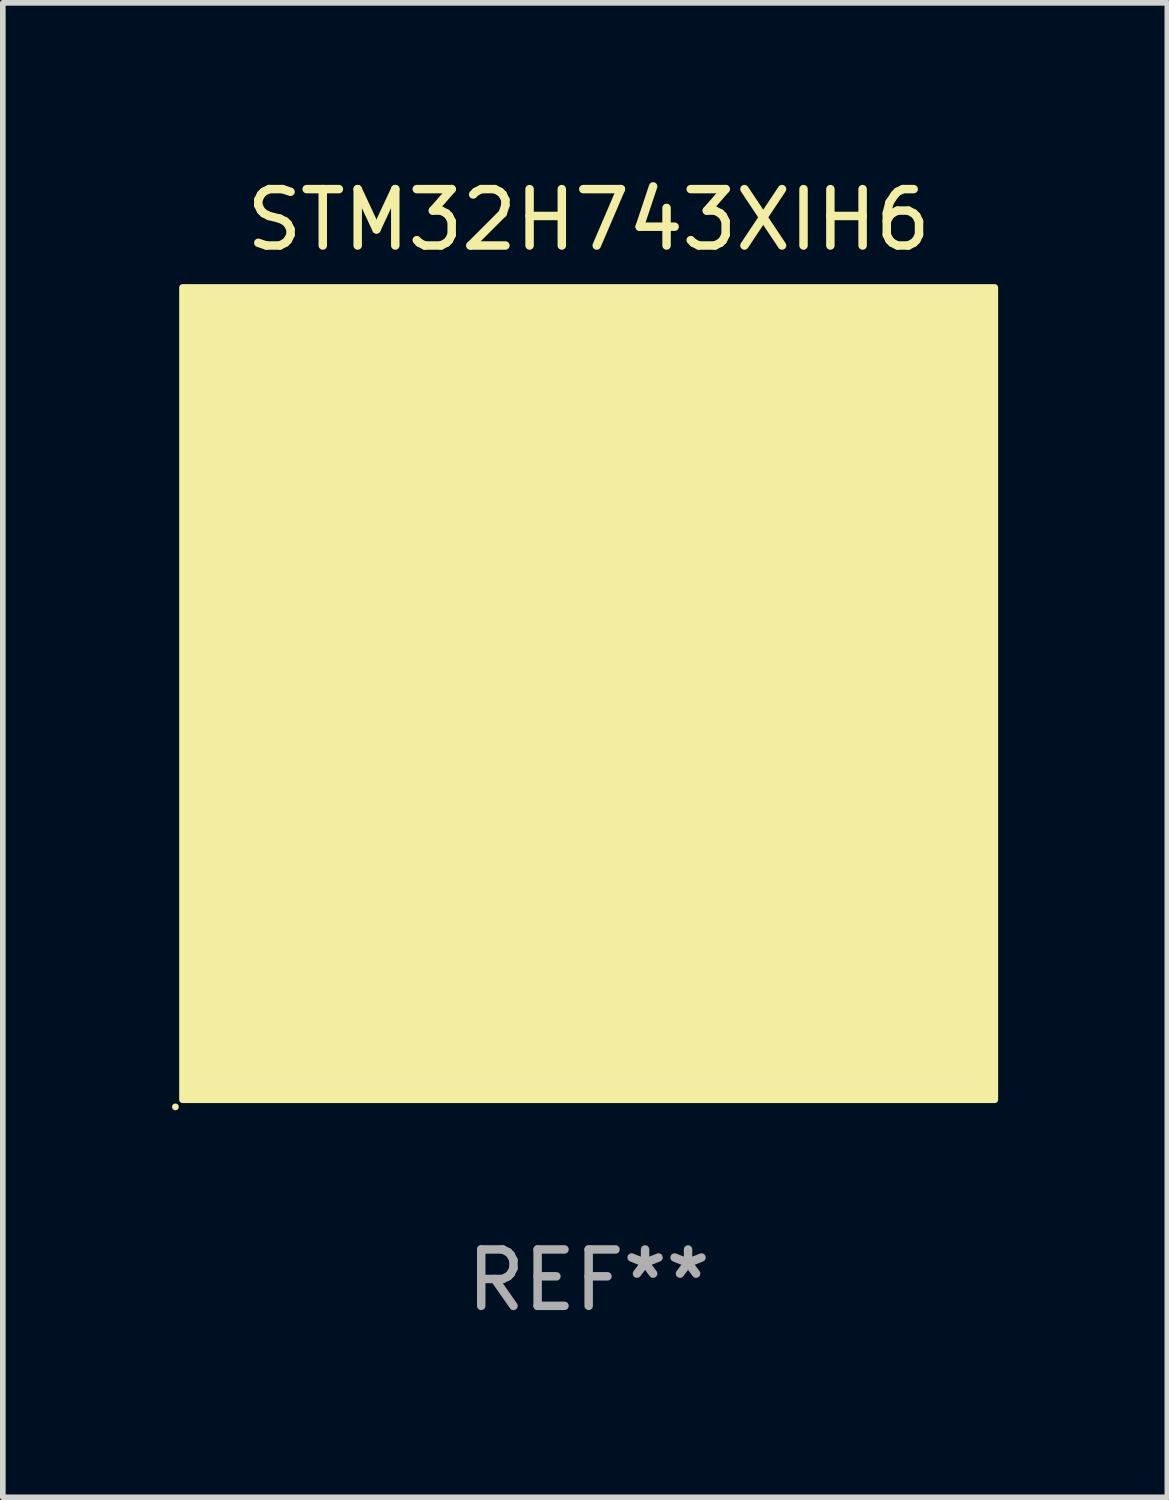
<source format=kicad_pcb>
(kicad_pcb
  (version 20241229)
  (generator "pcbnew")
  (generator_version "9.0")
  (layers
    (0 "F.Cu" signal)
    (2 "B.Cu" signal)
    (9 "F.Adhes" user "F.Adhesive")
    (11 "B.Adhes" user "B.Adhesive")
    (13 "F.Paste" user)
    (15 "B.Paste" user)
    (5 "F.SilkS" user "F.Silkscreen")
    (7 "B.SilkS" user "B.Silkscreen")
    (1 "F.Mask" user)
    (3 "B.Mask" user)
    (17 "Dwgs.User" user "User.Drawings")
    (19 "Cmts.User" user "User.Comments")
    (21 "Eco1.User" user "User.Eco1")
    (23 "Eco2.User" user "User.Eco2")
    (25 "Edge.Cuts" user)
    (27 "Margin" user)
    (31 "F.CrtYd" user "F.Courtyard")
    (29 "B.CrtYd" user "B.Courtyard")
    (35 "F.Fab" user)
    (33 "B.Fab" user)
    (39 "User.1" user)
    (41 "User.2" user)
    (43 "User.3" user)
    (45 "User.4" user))
  (footprint "STM32H743XIH6"
    (layer "F.Cu")
    (at 7.387 9.248)
    (property "Reference" "STM32H743XIH6" (at 0 -8.4 0) (layer "F.SilkS") (effects (font (size 1 1) (thickness 0.15))))
    (attr through_hole)
    (fp_circle (center -7.327 7.327) (end -7.297 7.327) (stroke (width 0.06) (type solid)) (fill no) (layer "F.SilkS"))
    (fp_circle (center -6.858 -6.858) (end -6.678 -6.858) (stroke (width 0.254) (type solid)) (fill no) (layer "F.SilkS"))
    (fp_poly (pts (xy -7.2 -7.2) (xy 7.2 -7.2) (xy 7.2 7.2) (xy -7.2 7.2)) (stroke (width 0.12) (type solid)) (fill yes) (layer "F.SilkS"))
    (fp_text user "REF**" (at 0 10.4 0) (layer "F.Fab") (effects (font (size 1 1) (thickness 0.15))))
    (pad "A1" smd circle (at -6.4 -6.4) (size 0.325 0.325) (layers "F.Cu" "F.Mask" "F.Paste"))
    (pad "A2" smd circle (at -5.6 -6.4) (size 0.325 0.325) (layers "F.Cu" "F.Mask" "F.Paste"))
    (pad "A3" smd circle (at -4.8 -6.4) (size 0.325 0.325) (layers "F.Cu" "F.Mask" "F.Paste"))
    (pad "A4" smd circle (at -4 -6.4) (size 0.325 0.325) (layers "F.Cu" "F.Mask" "F.Paste"))
    (pad "A5" smd circle (at -3.2 -6.4) (size 0.325 0.325) (layers "F.Cu" "F.Mask" "F.Paste"))
    (pad "A6" smd circle (at -2.4 -6.4) (size 0.325 0.325) (layers "F.Cu" "F.Mask" "F.Paste"))
    (pad "A7" smd circle (at -1.6 -6.4) (size 0.325 0.325) (layers "F.Cu" "F.Mask" "F.Paste"))
    (pad "A8" smd circle (at -0.8 -6.4) (size 0.325 0.325) (layers "F.Cu" "F.Mask" "F.Paste"))
    (pad "A9" smd circle (at 0 -6.4) (size 0.325 0.325) (layers "F.Cu" "F.Mask" "F.Paste"))
    (pad "A10" smd circle (at 0.8 -6.4) (size 0.325 0.325) (layers "F.Cu" "F.Mask" "F.Paste"))
    (pad "A11" smd circle (at 1.6 -6.4) (size 0.325 0.325) (layers "F.Cu" "F.Mask" "F.Paste"))
    (pad "A12" smd circle (at 2.4 -6.4) (size 0.325 0.325) (layers "F.Cu" "F.Mask" "F.Paste"))
    (pad "A13" smd circle (at 3.2 -6.4) (size 0.325 0.325) (layers "F.Cu" "F.Mask" "F.Paste"))
    (pad "A14" smd circle (at 4 -6.4) (size 0.325 0.325) (layers "F.Cu" "F.Mask" "F.Paste"))
    (pad "A15" smd circle (at 4.8 -6.4) (size 0.325 0.325) (layers "F.Cu" "F.Mask" "F.Paste"))
    (pad "A16" smd circle (at 5.6 -6.4) (size 0.325 0.325) (layers "F.Cu" "F.Mask" "F.Paste"))
    (pad "A17" smd circle (at 6.4 -6.4) (size 0.325 0.325) (layers "F.Cu" "F.Mask" "F.Paste"))
    (pad "B1" smd circle (at -6.4 -5.6) (size 0.325 0.325) (layers "F.Cu" "F.Mask" "F.Paste"))
    (pad "B2" smd circle (at -5.6 -5.6) (size 0.325 0.325) (layers "F.Cu" "F.Mask" "F.Paste"))
    (pad "B3" smd circle (at -4.8 -5.6) (size 0.325 0.325) (layers "F.Cu" "F.Mask" "F.Paste"))
    (pad "B4" smd circle (at -4 -5.6) (size 0.325 0.325) (layers "F.Cu" "F.Mask" "F.Paste"))
    (pad "B5" smd circle (at -3.2 -5.6) (size 0.325 0.325) (layers "F.Cu" "F.Mask" "F.Paste"))
    (pad "B6" smd circle (at -2.4 -5.6) (size 0.325 0.325) (layers "F.Cu" "F.Mask" "F.Paste"))
    (pad "B7" smd circle (at -1.6 -5.6) (size 0.325 0.325) (layers "F.Cu" "F.Mask" "F.Paste"))
    (pad "B8" smd circle (at -0.8 -5.6) (size 0.325 0.325) (layers "F.Cu" "F.Mask" "F.Paste"))
    (pad "B9" smd circle (at 0 -5.6) (size 0.325 0.325) (layers "F.Cu" "F.Mask" "F.Paste"))
    (pad "B10" smd circle (at 0.8 -5.6) (size 0.325 0.325) (layers "F.Cu" "F.Mask" "F.Paste"))
    (pad "B11" smd circle (at 1.6 -5.6) (size 0.325 0.325) (layers "F.Cu" "F.Mask" "F.Paste"))
    (pad "B12" smd circle (at 2.4 -5.6) (size 0.325 0.325) (layers "F.Cu" "F.Mask" "F.Paste"))
    (pad "B13" smd circle (at 3.2 -5.6) (size 0.325 0.325) (layers "F.Cu" "F.Mask" "F.Paste"))
    (pad "B14" smd circle (at 4 -5.6) (size 0.325 0.325) (layers "F.Cu" "F.Mask" "F.Paste"))
    (pad "B15" smd circle (at 4.8 -5.6) (size 0.325 0.325) (layers "F.Cu" "F.Mask" "F.Paste"))
    (pad "B16" smd circle (at 5.6 -5.6) (size 0.325 0.325) (layers "F.Cu" "F.Mask" "F.Paste"))
    (pad "B17" smd circle (at 6.4 -5.6) (size 0.325 0.325) (layers "F.Cu" "F.Mask" "F.Paste"))
    (pad "C1" smd circle (at -6.4 -4.8) (size 0.325 0.325) (layers "F.Cu" "F.Mask" "F.Paste"))
    (pad "C2" smd circle (at -5.6 -4.8) (size 0.325 0.325) (layers "F.Cu" "F.Mask" "F.Paste"))
    (pad "C3" smd circle (at -4.8 -4.8) (size 0.325 0.325) (layers "F.Cu" "F.Mask" "F.Paste"))
    (pad "C4" smd circle (at -4 -4.8) (size 0.325 0.325) (layers "F.Cu" "F.Mask" "F.Paste"))
    (pad "C5" smd circle (at -3.2 -4.8) (size 0.325 0.325) (layers "F.Cu" "F.Mask" "F.Paste"))
    (pad "C6" smd circle (at -2.4 -4.8) (size 0.325 0.325) (layers "F.Cu" "F.Mask" "F.Paste"))
    (pad "C7" smd circle (at -1.6 -4.8) (size 0.325 0.325) (layers "F.Cu" "F.Mask" "F.Paste"))
    (pad "C8" smd circle (at -0.8 -4.8) (size 0.325 0.325) (layers "F.Cu" "F.Mask" "F.Paste"))
    (pad "C9" smd circle (at 0 -4.8) (size 0.325 0.325) (layers "F.Cu" "F.Mask" "F.Paste"))
    (pad "C10" smd circle (at 0.8 -4.8) (size 0.325 0.325) (layers "F.Cu" "F.Mask" "F.Paste"))
    (pad "C11" smd circle (at 1.6 -4.8) (size 0.325 0.325) (layers "F.Cu" "F.Mask" "F.Paste"))
    (pad "C12" smd circle (at 2.4 -4.8) (size 0.325 0.325) (layers "F.Cu" "F.Mask" "F.Paste"))
    (pad "C13" smd circle (at 3.2 -4.8) (size 0.325 0.325) (layers "F.Cu" "F.Mask" "F.Paste"))
    (pad "C14" smd circle (at 4 -4.8) (size 0.325 0.325) (layers "F.Cu" "F.Mask" "F.Paste"))
    (pad "C15" smd circle (at 4.8 -4.8) (size 0.325 0.325) (layers "F.Cu" "F.Mask" "F.Paste"))
    (pad "C16" smd circle (at 5.6 -4.8) (size 0.325 0.325) (layers "F.Cu" "F.Mask" "F.Paste"))
    (pad "C17" smd circle (at 6.4 -4.8) (size 0.325 0.325) (layers "F.Cu" "F.Mask" "F.Paste"))
    (pad "D1" smd circle (at -6.4 -4) (size 0.325 0.325) (layers "F.Cu" "F.Mask" "F.Paste"))
    (pad "D2" smd circle (at -5.6 -4) (size 0.325 0.325) (layers "F.Cu" "F.Mask" "F.Paste"))
    (pad "D3" smd circle (at -4.8 -4) (size 0.325 0.325) (layers "F.Cu" "F.Mask" "F.Paste"))
    (pad "D4" smd circle (at -4 -4) (size 0.325 0.325) (layers "F.Cu" "F.Mask" "F.Paste"))
    (pad "D5" smd circle (at -3.2 -4) (size 0.325 0.325) (layers "F.Cu" "F.Mask" "F.Paste"))
    (pad "D6" smd circle (at -2.4 -4) (size 0.325 0.325) (layers "F.Cu" "F.Mask" "F.Paste"))
    (pad "D7" smd circle (at -1.6 -4) (size 0.325 0.325) (layers "F.Cu" "F.Mask" "F.Paste"))
    (pad "D8" smd circle (at -0.8 -4) (size 0.325 0.325) (layers "F.Cu" "F.Mask" "F.Paste"))
    (pad "D9" smd circle (at 0 -4) (size 0.325 0.325) (layers "F.Cu" "F.Mask" "F.Paste"))
    (pad "D10" smd circle (at 0.8 -4) (size 0.325 0.325) (layers "F.Cu" "F.Mask" "F.Paste"))
    (pad "D11" smd circle (at 1.6 -4) (size 0.325 0.325) (layers "F.Cu" "F.Mask" "F.Paste"))
    (pad "D12" smd circle (at 2.4 -4) (size 0.325 0.325) (layers "F.Cu" "F.Mask" "F.Paste"))
    (pad "D13" smd circle (at 3.2 -4) (size 0.325 0.325) (layers "F.Cu" "F.Mask" "F.Paste"))
    (pad "D14" smd circle (at 4 -4) (size 0.325 0.325) (layers "F.Cu" "F.Mask" "F.Paste"))
    (pad "D15" smd circle (at 4.8 -4) (size 0.325 0.325) (layers "F.Cu" "F.Mask" "F.Paste"))
    (pad "D16" smd circle (at 5.6 -4) (size 0.325 0.325) (layers "F.Cu" "F.Mask" "F.Paste"))
    (pad "D17" smd circle (at 6.4 -4) (size 0.325 0.325) (layers "F.Cu" "F.Mask" "F.Paste"))
    (pad "E1" smd circle (at -6.4 -3.2) (size 0.325 0.325) (layers "F.Cu" "F.Mask" "F.Paste"))
    (pad "E2" smd circle (at -5.6 -3.2) (size 0.325 0.325) (layers "F.Cu" "F.Mask" "F.Paste"))
    (pad "E3" smd circle (at -4.8 -3.2) (size 0.325 0.325) (layers "F.Cu" "F.Mask" "F.Paste"))
    (pad "E4" smd circle (at -4 -3.2) (size 0.325 0.325) (layers "F.Cu" "F.Mask" "F.Paste"))
    (pad "E5" smd circle (at -3.2 -3.2) (size 0.325 0.325) (layers "F.Cu" "F.Mask" "F.Paste"))
    (pad "E6" smd circle (at -2.4 -3.2) (size 0.325 0.325) (layers "F.Cu" "F.Mask" "F.Paste"))
    (pad "E7" smd circle (at -1.6 -3.2) (size 0.325 0.325) (layers "F.Cu" "F.Mask" "F.Paste"))
    (pad "E8" smd circle (at -0.8 -3.2) (size 0.325 0.325) (layers "F.Cu" "F.Mask" "F.Paste"))
    (pad "E9" smd circle (at 0 -3.2) (size 0.325 0.325) (layers "F.Cu" "F.Mask" "F.Paste"))
    (pad "E10" smd circle (at 0.8 -3.2) (size 0.325 0.325) (layers "F.Cu" "F.Mask" "F.Paste"))
    (pad "E11" smd circle (at 1.6 -3.2) (size 0.325 0.325) (layers "F.Cu" "F.Mask" "F.Paste"))
    (pad "E12" smd circle (at 2.4 -3.2) (size 0.325 0.325) (layers "F.Cu" "F.Mask" "F.Paste"))
    (pad "E13" smd circle (at 3.2 -3.2) (size 0.325 0.325) (layers "F.Cu" "F.Mask" "F.Paste"))
    (pad "E14" smd circle (at 4 -3.2) (size 0.325 0.325) (layers "F.Cu" "F.Mask" "F.Paste"))
    (pad "E15" smd circle (at 4.8 -3.2) (size 0.325 0.325) (layers "F.Cu" "F.Mask" "F.Paste"))
    (pad "E16" smd circle (at 5.6 -3.2) (size 0.325 0.325) (layers "F.Cu" "F.Mask" "F.Paste"))
    (pad "E17" smd circle (at 6.4 -3.2) (size 0.325 0.325) (layers "F.Cu" "F.Mask" "F.Paste"))
    (pad "F1" smd circle (at -6.4 -2.4) (size 0.325 0.325) (layers "F.Cu" "F.Mask" "F.Paste"))
    (pad "F2" smd circle (at -5.6 -2.4) (size 0.325 0.325) (layers "F.Cu" "F.Mask" "F.Paste"))
    (pad "F3" smd circle (at -4.8 -2.4) (size 0.325 0.325) (layers "F.Cu" "F.Mask" "F.Paste"))
    (pad "F4" smd circle (at -4 -2.4) (size 0.325 0.325) (layers "F.Cu" "F.Mask" "F.Paste"))
    (pad "F5" smd circle (at -3.2 -2.4) (size 0.325 0.325) (layers "F.Cu" "F.Mask" "F.Paste"))
    (pad "F13" smd circle (at 3.2 -2.4) (size 0.325 0.325) (layers "F.Cu" "F.Mask" "F.Paste"))
    (pad "F14" smd circle (at 4 -2.4) (size 0.325 0.325) (layers "F.Cu" "F.Mask" "F.Paste"))
    (pad "F15" smd circle (at 4.8 -2.4) (size 0.325 0.325) (layers "F.Cu" "F.Mask" "F.Paste"))
    (pad "F16" smd circle (at 5.6 -2.4) (size 0.325 0.325) (layers "F.Cu" "F.Mask" "F.Paste"))
    (pad "F17" smd circle (at 6.4 -2.4) (size 0.325 0.325) (layers "F.Cu" "F.Mask" "F.Paste"))
    (pad "G1" smd circle (at -6.4 -1.6) (size 0.325 0.325) (layers "F.Cu" "F.Mask" "F.Paste"))
    (pad "G2" smd circle (at -5.6 -1.6) (size 0.325 0.325) (layers "F.Cu" "F.Mask" "F.Paste"))
    (pad "G3" smd circle (at -4.8 -1.6) (size 0.325 0.325) (layers "F.Cu" "F.Mask" "F.Paste"))
    (pad "G4" smd circle (at -4 -1.6) (size 0.325 0.325) (layers "F.Cu" "F.Mask" "F.Paste"))
    (pad "G5" smd circle (at -3.2 -1.6) (size 0.325 0.325) (layers "F.Cu" "F.Mask" "F.Paste"))
    (pad "G7" smd circle (at -1.6 -1.6) (size 0.325 0.325) (layers "F.Cu" "F.Mask" "F.Paste"))
    (pad "G8" smd circle (at -0.8 -1.6) (size 0.325 0.325) (layers "F.Cu" "F.Mask" "F.Paste"))
    (pad "G9" smd circle (at 0 -1.6) (size 0.325 0.325) (layers "F.Cu" "F.Mask" "F.Paste"))
    (pad "G10" smd circle (at 0.8 -1.6) (size 0.325 0.325) (layers "F.Cu" "F.Mask" "F.Paste"))
    (pad "G11" smd circle (at 1.6 -1.6) (size 0.325 0.325) (layers "F.Cu" "F.Mask" "F.Paste"))
    (pad "G13" smd circle (at 3.2 -1.6) (size 0.325 0.325) (layers "F.Cu" "F.Mask" "F.Paste"))
    (pad "G14" smd circle (at 4 -1.6) (size 0.325 0.325) (layers "F.Cu" "F.Mask" "F.Paste"))
    (pad "G15" smd circle (at 4.8 -1.6) (size 0.325 0.325) (layers "F.Cu" "F.Mask" "F.Paste"))
    (pad "G16" smd circle (at 5.6 -1.6) (size 0.325 0.325) (layers "F.Cu" "F.Mask" "F.Paste"))
    (pad "G17" smd circle (at 6.4 -1.6) (size 0.325 0.325) (layers "F.Cu" "F.Mask" "F.Paste"))
    (pad "H1" smd circle (at -6.4 -0.8) (size 0.325 0.325) (layers "F.Cu" "F.Mask" "F.Paste"))
    (pad "H2" smd circle (at -5.6 -0.8) (size 0.325 0.325) (layers "F.Cu" "F.Mask" "F.Paste"))
    (pad "H3" smd circle (at -4.8 -0.8) (size 0.325 0.325) (layers "F.Cu" "F.Mask" "F.Paste"))
    (pad "H4" smd circle (at -4 -0.8) (size 0.325 0.325) (layers "F.Cu" "F.Mask" "F.Paste"))
    (pad "H5" smd circle (at -3.2 -0.8) (size 0.325 0.325) (layers "F.Cu" "F.Mask" "F.Paste"))
    (pad "H7" smd circle (at -1.6 -0.8) (size 0.325 0.325) (layers "F.Cu" "F.Mask" "F.Paste"))
    (pad "H8" smd circle (at -0.8 -0.8) (size 0.325 0.325) (layers "F.Cu" "F.Mask" "F.Paste"))
    (pad "H9" smd circle (at 0 -0.8) (size 0.325 0.325) (layers "F.Cu" "F.Mask" "F.Paste"))
    (pad "H10" smd circle (at 0.8 -0.8) (size 0.325 0.325) (layers "F.Cu" "F.Mask" "F.Paste"))
    (pad "H11" smd circle (at 1.6 -0.8) (size 0.325 0.325) (layers "F.Cu" "F.Mask" "F.Paste"))
    (pad "H13" smd circle (at 3.2 -0.8) (size 0.325 0.325) (layers "F.Cu" "F.Mask" "F.Paste"))
    (pad "H14" smd circle (at 4 -0.8) (size 0.325 0.325) (layers "F.Cu" "F.Mask" "F.Paste"))
    (pad "H15" smd circle (at 4.8 -0.8) (size 0.325 0.325) (layers "F.Cu" "F.Mask" "F.Paste"))
    (pad "H16" smd circle (at 5.6 -0.8) (size 0.325 0.325) (layers "F.Cu" "F.Mask" "F.Paste"))
    (pad "H17" smd circle (at 6.4 -0.8) (size 0.325 0.325) (layers "F.Cu" "F.Mask" "F.Paste"))
    (pad "J1" smd circle (at -6.4 0) (size 0.325 0.325) (layers "F.Cu" "F.Mask" "F.Paste"))
    (pad "J2" smd circle (at -5.6 0) (size 0.325 0.325) (layers "F.Cu" "F.Mask" "F.Paste"))
    (pad "J3" smd circle (at -4.8 0) (size 0.325 0.325) (layers "F.Cu" "F.Mask" "F.Paste"))
    (pad "J4" smd circle (at -4 0) (size 0.325 0.325) (layers "F.Cu" "F.Mask" "F.Paste"))
    (pad "J5" smd circle (at -3.2 0) (size 0.325 0.325) (layers "F.Cu" "F.Mask" "F.Paste"))
    (pad "J7" smd circle (at -1.6 0) (size 0.325 0.325) (layers "F.Cu" "F.Mask" "F.Paste"))
    (pad "J8" smd circle (at -0.8 0) (size 0.325 0.325) (layers "F.Cu" "F.Mask" "F.Paste"))
    (pad "J9" smd circle (at 0 0) (size 0.325 0.325) (layers "F.Cu" "F.Mask" "F.Paste"))
    (pad "J10" smd circle (at 0.8 0) (size 0.325 0.325) (layers "F.Cu" "F.Mask" "F.Paste"))
    (pad "J11" smd circle (at 1.6 0) (size 0.325 0.325) (layers "F.Cu" "F.Mask" "F.Paste"))
    (pad "J13" smd circle (at 3.2 0) (size 0.325 0.325) (layers "F.Cu" "F.Mask" "F.Paste"))
    (pad "J14" smd circle (at 4 0) (size 0.325 0.325) (layers "F.Cu" "F.Mask" "F.Paste"))
    (pad "J15" smd circle (at 4.8 0) (size 0.325 0.325) (layers "F.Cu" "F.Mask" "F.Paste"))
    (pad "J16" smd circle (at 5.6 0) (size 0.325 0.325) (layers "F.Cu" "F.Mask" "F.Paste"))
    (pad "J17" smd circle (at 6.4 0) (size 0.325 0.325) (layers "F.Cu" "F.Mask" "F.Paste"))
    (pad "K1" smd circle (at -6.4 0.8) (size 0.325 0.325) (layers "F.Cu" "F.Mask" "F.Paste"))
    (pad "K2" smd circle (at -5.6 0.8) (size 0.325 0.325) (layers "F.Cu" "F.Mask" "F.Paste"))
    (pad "K3" smd circle (at -4.8 0.8) (size 0.325 0.325) (layers "F.Cu" "F.Mask" "F.Paste"))
    (pad "K4" smd circle (at -4 0.8) (size 0.325 0.325) (layers "F.Cu" "F.Mask" "F.Paste"))
    (pad "K5" smd circle (at -3.2 0.8) (size 0.325 0.325) (layers "F.Cu" "F.Mask" "F.Paste"))
    (pad "K7" smd circle (at -1.6 0.8) (size 0.325 0.325) (layers "F.Cu" "F.Mask" "F.Paste"))
    (pad "K8" smd circle (at -0.8 0.8) (size 0.325 0.325) (layers "F.Cu" "F.Mask" "F.Paste"))
    (pad "K9" smd circle (at 0 0.8) (size 0.325 0.325) (layers "F.Cu" "F.Mask" "F.Paste"))
    (pad "K10" smd circle (at 0.8 0.8) (size 0.325 0.325) (layers "F.Cu" "F.Mask" "F.Paste"))
    (pad "K11" smd circle (at 1.6 0.8) (size 0.325 0.325) (layers "F.Cu" "F.Mask" "F.Paste"))
    (pad "K13" smd circle (at 3.2 0.8) (size 0.325 0.325) (layers "F.Cu" "F.Mask" "F.Paste"))
    (pad "K14" smd circle (at 4 0.8) (size 0.325 0.325) (layers "F.Cu" "F.Mask" "F.Paste"))
    (pad "K15" smd circle (at 4.8 0.8) (size 0.325 0.325) (layers "F.Cu" "F.Mask" "F.Paste"))
    (pad "K16" smd circle (at 5.6 0.8) (size 0.325 0.325) (layers "F.Cu" "F.Mask" "F.Paste"))
    (pad "K17" smd circle (at 6.4 0.8) (size 0.325 0.325) (layers "F.Cu" "F.Mask" "F.Paste"))
    (pad "L1" smd circle (at -6.4 1.6) (size 0.325 0.325) (layers "F.Cu" "F.Mask" "F.Paste"))
    (pad "L2" smd circle (at -5.6 1.6) (size 0.325 0.325) (layers "F.Cu" "F.Mask" "F.Paste"))
    (pad "L3" smd circle (at -4.8 1.6) (size 0.325 0.325) (layers "F.Cu" "F.Mask" "F.Paste"))
    (pad "L4" smd circle (at -4 1.6) (size 0.325 0.325) (layers "F.Cu" "F.Mask" "F.Paste"))
    (pad "L5" smd circle (at -3.2 1.6) (size 0.325 0.325) (layers "F.Cu" "F.Mask" "F.Paste"))
    (pad "L7" smd circle (at -1.6 1.6) (size 0.325 0.325) (layers "F.Cu" "F.Mask" "F.Paste"))
    (pad "L8" smd circle (at -0.8 1.6) (size 0.325 0.325) (layers "F.Cu" "F.Mask" "F.Paste"))
    (pad "L9" smd circle (at 0 1.6) (size 0.325 0.325) (layers "F.Cu" "F.Mask" "F.Paste"))
    (pad "L10" smd circle (at 0.8 1.6) (size 0.325 0.325) (layers "F.Cu" "F.Mask" "F.Paste"))
    (pad "L11" smd circle (at 1.6 1.6) (size 0.325 0.325) (layers "F.Cu" "F.Mask" "F.Paste"))
    (pad "L13" smd circle (at 3.2 1.6) (size 0.325 0.325) (layers "F.Cu" "F.Mask" "F.Paste"))
    (pad "L14" smd circle (at 4 1.6) (size 0.325 0.325) (layers "F.Cu" "F.Mask" "F.Paste"))
    (pad "L15" smd circle (at 4.8 1.6) (size 0.325 0.325) (layers "F.Cu" "F.Mask" "F.Paste"))
    (pad "L16" smd circle (at 5.6 1.6) (size 0.325 0.325) (layers "F.Cu" "F.Mask" "F.Paste"))
    (pad "L17" smd circle (at 6.4 1.6) (size 0.325 0.325) (layers "F.Cu" "F.Mask" "F.Paste"))
    (pad "M1" smd circle (at -6.4 2.4) (size 0.325 0.325) (layers "F.Cu" "F.Mask" "F.Paste"))
    (pad "M2" smd circle (at -5.6 2.4) (size 0.325 0.325) (layers "F.Cu" "F.Mask" "F.Paste"))
    (pad "M3" smd circle (at -4.8 2.4) (size 0.325 0.325) (layers "F.Cu" "F.Mask" "F.Paste"))
    (pad "M4" smd circle (at -4 2.4) (size 0.325 0.325) (layers "F.Cu" "F.Mask" "F.Paste"))
    (pad "M5" smd circle (at -3.2 2.4) (size 0.325 0.325) (layers "F.Cu" "F.Mask" "F.Paste"))
    (pad "M13" smd circle (at 3.2 2.4) (size 0.325 0.325) (layers "F.Cu" "F.Mask" "F.Paste"))
    (pad "M14" smd circle (at 4 2.4) (size 0.325 0.325) (layers "F.Cu" "F.Mask" "F.Paste"))
    (pad "M15" smd circle (at 4.8 2.4) (size 0.325 0.325) (layers "F.Cu" "F.Mask" "F.Paste"))
    (pad "M16" smd circle (at 5.6 2.4) (size 0.325 0.325) (layers "F.Cu" "F.Mask" "F.Paste"))
    (pad "M17" smd circle (at 6.4 2.4) (size 0.325 0.325) (layers "F.Cu" "F.Mask" "F.Paste"))
    (pad "N1" smd circle (at -6.4 3.2) (size 0.325 0.325) (layers "F.Cu" "F.Mask" "F.Paste"))
    (pad "N2" smd circle (at -5.6 3.2) (size 0.325 0.325) (layers "F.Cu" "F.Mask" "F.Paste"))
    (pad "N3" smd circle (at -4.8 3.2) (size 0.325 0.325) (layers "F.Cu" "F.Mask" "F.Paste"))
    (pad "N4" smd circle (at -4 3.2) (size 0.325 0.325) (layers "F.Cu" "F.Mask" "F.Paste"))
    (pad "N5" smd circle (at -3.2 3.2) (size 0.325 0.325) (layers "F.Cu" "F.Mask" "F.Paste"))
    (pad "N6" smd circle (at -2.4 3.2) (size 0.325 0.325) (layers "F.Cu" "F.Mask" "F.Paste"))
    (pad "N7" smd circle (at -1.6 3.2) (size 0.325 0.325) (layers "F.Cu" "F.Mask" "F.Paste"))
    (pad "N8" smd circle (at -0.8 3.2) (size 0.325 0.325) (layers "F.Cu" "F.Mask" "F.Paste"))
    (pad "N9" smd circle (at 0 3.2) (size 0.325 0.325) (layers "F.Cu" "F.Mask" "F.Paste"))
    (pad "N10" smd circle (at 0.8 3.2) (size 0.325 0.325) (layers "F.Cu" "F.Mask" "F.Paste"))
    (pad "N11" smd circle (at 1.6 3.2) (size 0.325 0.325) (layers "F.Cu" "F.Mask" "F.Paste"))
    (pad "N12" smd circle (at 2.4 3.2) (size 0.325 0.325) (layers "F.Cu" "F.Mask" "F.Paste"))
    (pad "N13" smd circle (at 3.2 3.2) (size 0.325 0.325) (layers "F.Cu" "F.Mask" "F.Paste"))
    (pad "N14" smd circle (at 4 3.2) (size 0.325 0.325) (layers "F.Cu" "F.Mask" "F.Paste"))
    (pad "N15" smd circle (at 4.8 3.2) (size 0.325 0.325) (layers "F.Cu" "F.Mask" "F.Paste"))
    (pad "N16" smd circle (at 5.6 3.2) (size 0.325 0.325) (layers "F.Cu" "F.Mask" "F.Paste"))
    (pad "N17" smd circle (at 6.4 3.2) (size 0.325 0.325) (layers "F.Cu" "F.Mask" "F.Paste"))
    (pad "P1" smd circle (at -6.4 4) (size 0.325 0.325) (layers "F.Cu" "F.Mask" "F.Paste"))
    (pad "P2" smd circle (at -5.6 4) (size 0.325 0.325) (layers "F.Cu" "F.Mask" "F.Paste"))
    (pad "P3" smd circle (at -4.8 4) (size 0.325 0.325) (layers "F.Cu" "F.Mask" "F.Paste"))
    (pad "P4" smd circle (at -4 4) (size 0.325 0.325) (layers "F.Cu" "F.Mask" "F.Paste"))
    (pad "P5" smd circle (at -3.2 4) (size 0.325 0.325) (layers "F.Cu" "F.Mask" "F.Paste"))
    (pad "P6" smd circle (at -2.4 4) (size 0.325 0.325) (layers "F.Cu" "F.Mask" "F.Paste"))
    (pad "P7" smd circle (at -1.6 4) (size 0.325 0.325) (layers "F.Cu" "F.Mask" "F.Paste"))
    (pad "P8" smd circle (at -0.8 4) (size 0.325 0.325) (layers "F.Cu" "F.Mask" "F.Paste"))
    (pad "P9" smd circle (at 0 4) (size 0.325 0.325) (layers "F.Cu" "F.Mask" "F.Paste"))
    (pad "P10" smd circle (at 0.8 4) (size 0.325 0.325) (layers "F.Cu" "F.Mask" "F.Paste"))
    (pad "P11" smd circle (at 1.6 4) (size 0.325 0.325) (layers "F.Cu" "F.Mask" "F.Paste"))
    (pad "P12" smd circle (at 2.4 4) (size 0.325 0.325) (layers "F.Cu" "F.Mask" "F.Paste"))
    (pad "P13" smd circle (at 3.2 4) (size 0.325 0.325) (layers "F.Cu" "F.Mask" "F.Paste"))
    (pad "P14" smd circle (at 4 4) (size 0.325 0.325) (layers "F.Cu" "F.Mask" "F.Paste"))
    (pad "P15" smd circle (at 4.8 4) (size 0.325 0.325) (layers "F.Cu" "F.Mask" "F.Paste"))
    (pad "P16" smd circle (at 5.6 4) (size 0.325 0.325) (layers "F.Cu" "F.Mask" "F.Paste"))
    (pad "P17" smd circle (at 6.4 4) (size 0.325 0.325) (layers "F.Cu" "F.Mask" "F.Paste"))
    (pad "R1" smd circle (at -6.4 4.8) (size 0.325 0.325) (layers "F.Cu" "F.Mask" "F.Paste"))
    (pad "R2" smd circle (at -5.6 4.8) (size 0.325 0.325) (layers "F.Cu" "F.Mask" "F.Paste"))
    (pad "R3" smd circle (at -4.8 4.8) (size 0.325 0.325) (layers "F.Cu" "F.Mask" "F.Paste"))
    (pad "R4" smd circle (at -4 4.8) (size 0.325 0.325) (layers "F.Cu" "F.Mask" "F.Paste"))
    (pad "R5" smd circle (at -3.2 4.8) (size 0.325 0.325) (layers "F.Cu" "F.Mask" "F.Paste"))
    (pad "R6" smd circle (at -2.4 4.8) (size 0.325 0.325) (layers "F.Cu" "F.Mask" "F.Paste"))
    (pad "R7" smd circle (at -1.6 4.8) (size 0.325 0.325) (layers "F.Cu" "F.Mask" "F.Paste"))
    (pad "R8" smd circle (at -0.8 4.8) (size 0.325 0.325) (layers "F.Cu" "F.Mask" "F.Paste"))
    (pad "R9" smd circle (at 0 4.8) (size 0.325 0.325) (layers "F.Cu" "F.Mask" "F.Paste"))
    (pad "R10" smd circle (at 0.8 4.8) (size 0.325 0.325) (layers "F.Cu" "F.Mask" "F.Paste"))
    (pad "R11" smd circle (at 1.6 4.8) (size 0.325 0.325) (layers "F.Cu" "F.Mask" "F.Paste"))
    (pad "R12" smd circle (at 2.4 4.8) (size 0.325 0.325) (layers "F.Cu" "F.Mask" "F.Paste"))
    (pad "R13" smd circle (at 3.2 4.8) (size 0.325 0.325) (layers "F.Cu" "F.Mask" "F.Paste"))
    (pad "R14" smd circle (at 4 4.8) (size 0.325 0.325) (layers "F.Cu" "F.Mask" "F.Paste"))
    (pad "R15" smd circle (at 4.8 4.8) (size 0.325 0.325) (layers "F.Cu" "F.Mask" "F.Paste"))
    (pad "R16" smd circle (at 5.6 4.8) (size 0.325 0.325) (layers "F.Cu" "F.Mask" "F.Paste"))
    (pad "R17" smd circle (at 6.4 4.8) (size 0.325 0.325) (layers "F.Cu" "F.Mask" "F.Paste"))
    (pad "T1" smd circle (at -6.4 5.6) (size 0.325 0.325) (layers "F.Cu" "F.Mask" "F.Paste"))
    (pad "T2" smd circle (at -5.6 5.6) (size 0.325 0.325) (layers "F.Cu" "F.Mask" "F.Paste"))
    (pad "T3" smd circle (at -4.8 5.6) (size 0.325 0.325) (layers "F.Cu" "F.Mask" "F.Paste"))
    (pad "T4" smd circle (at -4 5.6) (size 0.325 0.325) (layers "F.Cu" "F.Mask" "F.Paste"))
    (pad "T5" smd circle (at -3.2 5.6) (size 0.325 0.325) (layers "F.Cu" "F.Mask" "F.Paste"))
    (pad "T6" smd circle (at -2.4 5.6) (size 0.325 0.325) (layers "F.Cu" "F.Mask" "F.Paste"))
    (pad "T7" smd circle (at -1.6 5.6) (size 0.325 0.325) (layers "F.Cu" "F.Mask" "F.Paste"))
    (pad "T8" smd circle (at -0.8 5.6) (size 0.325 0.325) (layers "F.Cu" "F.Mask" "F.Paste"))
    (pad "T9" smd circle (at 0 5.6) (size 0.325 0.325) (layers "F.Cu" "F.Mask" "F.Paste"))
    (pad "T10" smd circle (at 0.8 5.6) (size 0.325 0.325) (layers "F.Cu" "F.Mask" "F.Paste"))
    (pad "T11" smd circle (at 1.6 5.6) (size 0.325 0.325) (layers "F.Cu" "F.Mask" "F.Paste"))
    (pad "T12" smd circle (at 2.4 5.6) (size 0.325 0.325) (layers "F.Cu" "F.Mask" "F.Paste"))
    (pad "T13" smd circle (at 3.2 5.6) (size 0.325 0.325) (layers "F.Cu" "F.Mask" "F.Paste"))
    (pad "T14" smd circle (at 4 5.6) (size 0.325 0.325) (layers "F.Cu" "F.Mask" "F.Paste"))
    (pad "T15" smd circle (at 4.8 5.6) (size 0.325 0.325) (layers "F.Cu" "F.Mask" "F.Paste"))
    (pad "T16" smd circle (at 5.6 5.6) (size 0.325 0.325) (layers "F.Cu" "F.Mask" "F.Paste"))
    (pad "T17" smd circle (at 6.4 5.6) (size 0.325 0.325) (layers "F.Cu" "F.Mask" "F.Paste"))
    (pad "U1" smd circle (at -6.4 6.4) (size 0.325 0.325) (layers "F.Cu" "F.Mask" "F.Paste"))
    (pad "U2" smd circle (at -5.6 6.4) (size 0.325 0.325) (layers "F.Cu" "F.Mask" "F.Paste"))
    (pad "U3" smd circle (at -4.8 6.4) (size 0.325 0.325) (layers "F.Cu" "F.Mask" "F.Paste"))
    (pad "U4" smd circle (at -4 6.4) (size 0.325 0.325) (layers "F.Cu" "F.Mask" "F.Paste"))
    (pad "U5" smd circle (at -3.2 6.4) (size 0.325 0.325) (layers "F.Cu" "F.Mask" "F.Paste"))
    (pad "U6" smd circle (at -2.4 6.4) (size 0.325 0.325) (layers "F.Cu" "F.Mask" "F.Paste"))
    (pad "U7" smd circle (at -1.6 6.4) (size 0.325 0.325) (layers "F.Cu" "F.Mask" "F.Paste"))
    (pad "U8" smd circle (at -0.8 6.4) (size 0.325 0.325) (layers "F.Cu" "F.Mask" "F.Paste"))
    (pad "U9" smd circle (at 0 6.4) (size 0.325 0.325) (layers "F.Cu" "F.Mask" "F.Paste"))
    (pad "U10" smd circle (at 0.8 6.4) (size 0.325 0.325) (layers "F.Cu" "F.Mask" "F.Paste"))
    (pad "U11" smd circle (at 1.6 6.4) (size 0.325 0.325) (layers "F.Cu" "F.Mask" "F.Paste"))
    (pad "U12" smd circle (at 2.4 6.4) (size 0.325 0.325) (layers "F.Cu" "F.Mask" "F.Paste"))
    (pad "U13" smd circle (at 3.2 6.4) (size 0.325 0.325) (layers "F.Cu" "F.Mask" "F.Paste"))
    (pad "U14" smd circle (at 4 6.4) (size 0.325 0.325) (layers "F.Cu" "F.Mask" "F.Paste"))
    (pad "U15" smd circle (at 4.8 6.4) (size 0.325 0.325) (layers "F.Cu" "F.Mask" "F.Paste"))
    (pad "U16" smd circle (at 5.6 6.4) (size 0.325 0.325) (layers "F.Cu" "F.Mask" "F.Paste"))
    (pad "U17" smd circle (at 6.4 6.4) (size 0.325 0.325) (layers "F.Cu" "F.Mask" "F.Paste")))
  (gr_rect
    (start -3 -3)
    (end 17.647 23.497)
    (stroke (width 0.1) (type default))
    (fill no)
    (layer "Edge.Cuts")))
</source>
